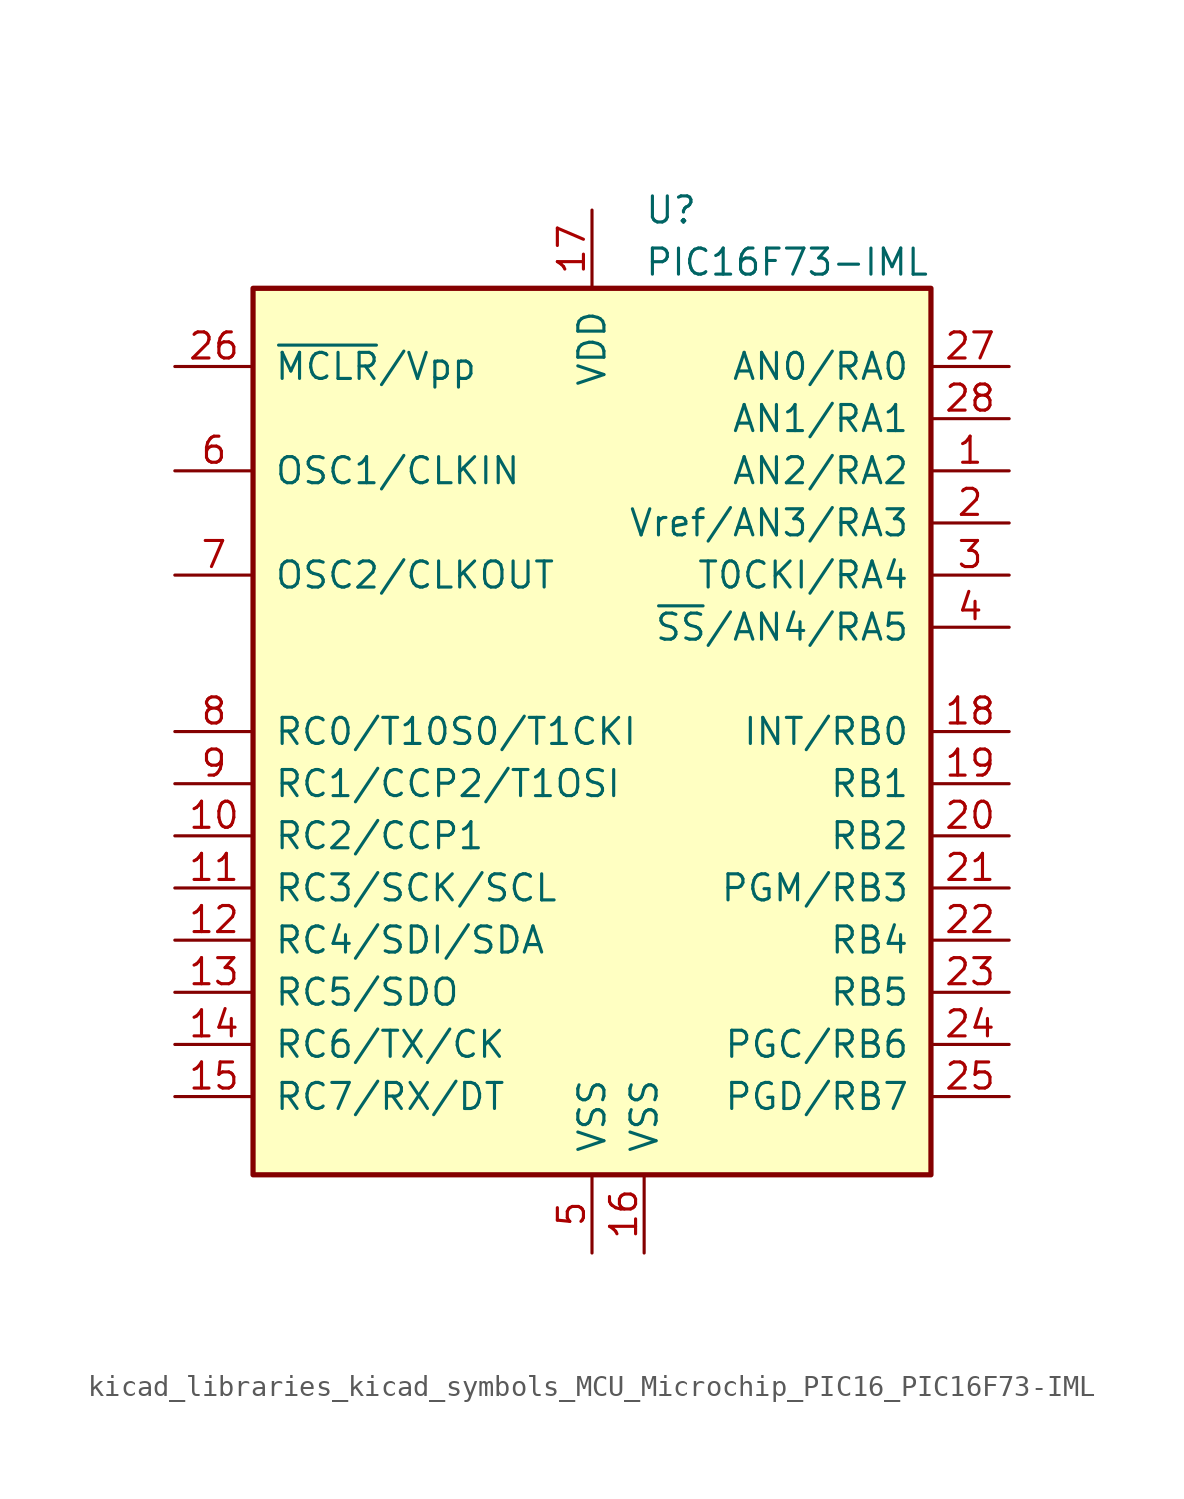
<source format=kicad_sym>
(kicad_symbol_lib
  (version 20220914)
  (generator kicad_symbol_editor)
  (symbol "kicad_libraries_kicad_symbols_MCU_Microchip_PIC16_PIC16F73-IML"
    (pin_names
      (offset 1.016))
    (property "Reference" "U"
      (at 2.54 25.4 0)
      (effects (font (size 1.27 1.27)) (justify left)))
    (property "Value" "PIC16F73-IML"
      (at 2.54 22.86 0)
      (effects (font (size 1.27 1.27)) (justify left)))
    (symbol "kicad_libraries_kicad_symbols_MCU_Microchip_PIC16_PIC16F73-IML_0_1"
      (rectangle (start -16.51 -21.59) (end 16.51 21.59) (stroke (width 0.254) (type default)) (fill (type background))))
    (symbol "kicad_libraries_kicad_symbols_MCU_Microchip_PIC16_PIC16F73-IML_1_1"
      (pin bidirectional line (at 20.32 12.7 180) (length 3.81) (name "AN2/RA2" (effects (font (size 1.27 1.27)))) (number "1" (effects (font (size 1.27 1.27)))))
      (pin bidirectional line (at -20.32 -5.08 0) (length 3.81) (name "RC2/CCP1" (effects (font (size 1.27 1.27)))) (number "10" (effects (font (size 1.27 1.27)))))
      (pin bidirectional line (at -20.32 -7.62 0) (length 3.81) (name "RC3/SCK/SCL" (effects (font (size 1.27 1.27)))) (number "11" (effects (font (size 1.27 1.27)))))
      (pin bidirectional line (at -20.32 -10.16 0) (length 3.81) (name "RC4/SDI/SDA" (effects (font (size 1.27 1.27)))) (number "12" (effects (font (size 1.27 1.27)))))
      (pin bidirectional line (at -20.32 -12.7 0) (length 3.81) (name "RC5/SDO" (effects (font (size 1.27 1.27)))) (number "13" (effects (font (size 1.27 1.27)))))
      (pin bidirectional line (at -20.32 -15.24 0) (length 3.81) (name "RC6/TX/CK" (effects (font (size 1.27 1.27)))) (number "14" (effects (font (size 1.27 1.27)))))
      (pin bidirectional line (at -20.32 -17.78 0) (length 3.81) (name "RC7/RX/DT" (effects (font (size 1.27 1.27)))) (number "15" (effects (font (size 1.27 1.27)))))
      (pin power_in line (at 2.54 -25.4 90) (length 3.81) (name "VSS" (effects (font (size 1.27 1.27)))) (number "16" (effects (font (size 1.27 1.27)))))
      (pin power_in line (at 0 25.4 270) (length 3.81) (name "VDD" (effects (font (size 1.27 1.27)))) (number "17" (effects (font (size 1.27 1.27)))))
      (pin bidirectional line (at 20.32 0 180) (length 3.81) (name "INT/RB0" (effects (font (size 1.27 1.27)))) (number "18" (effects (font (size 1.27 1.27)))))
      (pin bidirectional line (at 20.32 -2.54 180) (length 3.81) (name "RB1" (effects (font (size 1.27 1.27)))) (number "19" (effects (font (size 1.27 1.27)))))
      (pin bidirectional line (at 20.32 10.16 180) (length 3.81) (name "Vref/AN3/RA3" (effects (font (size 1.27 1.27)))) (number "2" (effects (font (size 1.27 1.27)))))
      (pin bidirectional line (at 20.32 -5.08 180) (length 3.81) (name "RB2" (effects (font (size 1.27 1.27)))) (number "20" (effects (font (size 1.27 1.27)))))
      (pin bidirectional line (at 20.32 -7.62 180) (length 3.81) (name "PGM/RB3" (effects (font (size 1.27 1.27)))) (number "21" (effects (font (size 1.27 1.27)))))
      (pin bidirectional line (at 20.32 -10.16 180) (length 3.81) (name "RB4" (effects (font (size 1.27 1.27)))) (number "22" (effects (font (size 1.27 1.27)))))
      (pin bidirectional line (at 20.32 -12.7 180) (length 3.81) (name "RB5" (effects (font (size 1.27 1.27)))) (number "23" (effects (font (size 1.27 1.27)))))
      (pin bidirectional line (at 20.32 -15.24 180) (length 3.81) (name "PGC/RB6" (effects (font (size 1.27 1.27)))) (number "24" (effects (font (size 1.27 1.27)))))
      (pin bidirectional line (at 20.32 -17.78 180) (length 3.81) (name "PGD/RB7" (effects (font (size 1.27 1.27)))) (number "25" (effects (font (size 1.27 1.27)))))
      (pin input line (at -20.32 17.78 0) (length 3.81) (name "~{MCLR}/Vpp" (effects (font (size 1.27 1.27)))) (number "26" (effects (font (size 1.27 1.27)))))
      (pin bidirectional line (at 20.32 17.78 180) (length 3.81) (name "AN0/RA0" (effects (font (size 1.27 1.27)))) (number "27" (effects (font (size 1.27 1.27)))))
      (pin bidirectional line (at 20.32 15.24 180) (length 3.81) (name "AN1/RA1" (effects (font (size 1.27 1.27)))) (number "28" (effects (font (size 1.27 1.27)))))
      (pin bidirectional line (at 20.32 7.62 180) (length 3.81) (name "T0CKI/RA4" (effects (font (size 1.27 1.27)))) (number "3" (effects (font (size 1.27 1.27)))))
      (pin bidirectional line (at 20.32 5.08 180) (length 3.81) (name "~{SS}/AN4/RA5" (effects (font (size 1.27 1.27)))) (number "4" (effects (font (size 1.27 1.27)))))
      (pin power_in line (at 0 -25.4 90) (length 3.81) (name "VSS" (effects (font (size 1.27 1.27)))) (number "5" (effects (font (size 1.27 1.27)))))
      (pin input line (at -20.32 12.7 0) (length 3.81) (name "OSC1/CLKIN" (effects (font (size 1.27 1.27)))) (number "6" (effects (font (size 1.27 1.27)))))
      (pin output line (at -20.32 7.62 0) (length 3.81) (name "OSC2/CLKOUT" (effects (font (size 1.27 1.27)))) (number "7" (effects (font (size 1.27 1.27)))))
      (pin bidirectional line (at -20.32 0 0) (length 3.81) (name "RC0/T10S0/T1CKI" (effects (font (size 1.27 1.27)))) (number "8" (effects (font (size 1.27 1.27)))))
      (pin bidirectional line (at -20.32 -2.54 0) (length 3.81) (name "RC1/CCP2/T1OSI" (effects (font (size 1.27 1.27)))) (number "9" (effects (font (size 1.27 1.27))))))))
</source>
